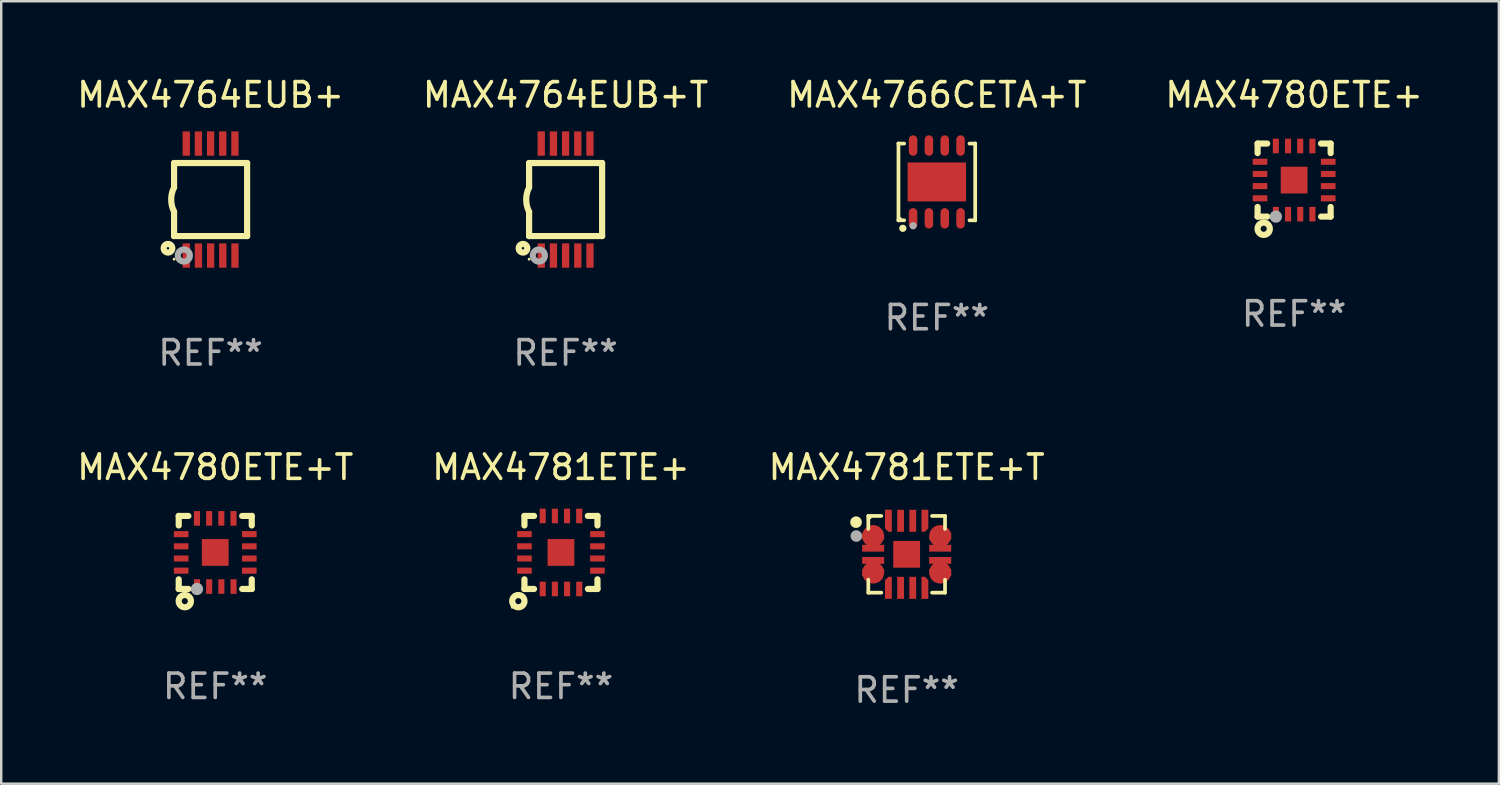
<source format=kicad_pcb>
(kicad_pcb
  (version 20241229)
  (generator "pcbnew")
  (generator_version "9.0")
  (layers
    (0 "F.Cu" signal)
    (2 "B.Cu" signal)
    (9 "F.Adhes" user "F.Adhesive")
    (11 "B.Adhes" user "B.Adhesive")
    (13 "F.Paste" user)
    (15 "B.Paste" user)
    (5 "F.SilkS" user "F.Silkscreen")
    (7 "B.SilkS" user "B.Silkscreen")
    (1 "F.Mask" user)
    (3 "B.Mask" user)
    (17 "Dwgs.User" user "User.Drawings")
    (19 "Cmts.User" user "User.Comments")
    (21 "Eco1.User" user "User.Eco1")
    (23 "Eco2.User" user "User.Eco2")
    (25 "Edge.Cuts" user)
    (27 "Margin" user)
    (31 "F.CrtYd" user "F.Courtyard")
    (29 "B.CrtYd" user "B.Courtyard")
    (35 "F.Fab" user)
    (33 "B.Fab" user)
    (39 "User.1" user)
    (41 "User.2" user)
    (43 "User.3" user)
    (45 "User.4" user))
  (footprint "MAX4766CETA+T"
    (layer "F.Cu")
    (at 35.435 4.424)
    (property "Reference" "MAX4766CETA+T" (at 0 -3.576 0) (layer "F.SilkS") (effects (font (size 1 1) (thickness 0.15))))
    (attr through_hole)
    (fp_line (start -1.576 -1.576) (end -1.576 -1.576) (stroke (width 0.152) (type solid)) (layer "F.SilkS"))
    (fp_line (start -1.576 -1.576) (end -1.341 -1.576) (stroke (width 0.152) (type solid)) (layer "F.SilkS"))
    (fp_line (start -1.576 1.576) (end -1.576 -1.576) (stroke (width 0.152) (type solid)) (layer "F.SilkS"))
    (fp_line (start -1.576 1.576) (end -1.576 1.576) (stroke (width 0.152) (type solid)) (layer "F.SilkS"))
    (fp_line (start -1.341 1.576) (end -1.576 1.576) (stroke (width 0.152) (type solid)) (layer "F.SilkS"))
    (fp_line (start 1.341 1.576) (end 1.576 1.576) (stroke (width 0.152) (type solid)) (layer "F.SilkS"))
    (fp_line (start 1.576 -1.576) (end 1.341 -1.576) (stroke (width 0.152) (type solid)) (layer "F.SilkS"))
    (fp_line (start 1.576 -1.576) (end 1.576 -1.576) (stroke (width 0.152) (type solid)) (layer "F.SilkS"))
    (fp_line (start 1.576 1.576) (end 1.576 -1.576) (stroke (width 0.152) (type solid)) (layer "F.SilkS"))
    (fp_line (start 1.576 1.576) (end 1.576 1.576) (stroke (width 0.152) (type solid)) (layer "F.SilkS"))
    (fp_circle (center -1.5 1.5) (end -1.47 1.5) (stroke (width 0.06) (type solid)) (fill no) (layer "F.SilkS"))
    (fp_circle (center -1.397 1.905) (end -1.322 1.905) (stroke (width 0.15) (type solid)) (fill no) (layer "F.SilkS"))
    (fp_circle (center -0.975 1.8) (end -0.9 1.8) (stroke (width 0.15) (type solid)) (fill no) (layer "F.Fab"))
    (fp_text user "REF**" (at 0 5.576 0) (layer "F.Fab") (effects (font (size 1 1) (thickness 0.15))))
    (pad "1" smd oval (at -0.975 1.495) (size 0.35 0.84) (layers "F.Cu" "F.Mask" "F.Paste"))
    (pad "2" smd oval (at -0.325 1.495) (size 0.35 0.84) (layers "F.Cu" "F.Mask" "F.Paste"))
    (pad "3" smd oval (at 0.325 1.495) (size 0.35 0.84) (layers "F.Cu" "F.Mask" "F.Paste"))
    (pad "4" smd oval (at 0.975 1.495) (size 0.35 0.84) (layers "F.Cu" "F.Mask" "F.Paste"))
    (pad "5" smd oval (at 0.975 -1.495) (size 0.35 0.84) (layers "F.Cu" "F.Mask" "F.Paste"))
    (pad "6" smd oval (at 0.325 -1.495) (size 0.35 0.84) (layers "F.Cu" "F.Mask" "F.Paste"))
    (pad "7" smd oval (at -0.325 -1.495) (size 0.35 0.84) (layers "F.Cu" "F.Mask" "F.Paste"))
    (pad "8" smd oval (at -0.975 -1.495) (size 0.35 0.84) (layers "F.Cu" "F.Mask" "F.Paste"))
    (pad "9" smd rect (at 0 0) (size 2.4 1.6) (layers "F.Cu" "F.Mask" "F.Paste")))
  (footprint "MAX4781ETE+T"
    (layer "F.Cu")
    (at 34.196 19.721)
    (property "Reference" "MAX4781ETE+T" (at 0 -3.576 0) (layer "F.SilkS") (effects (font (size 1 1) (thickness 0.15))))
    (attr through_hole)
    (fp_line (start -1.576 -1.576) (end -1.042 -1.576) (stroke (width 0.152) (type solid)) (layer "F.SilkS"))
    (fp_line (start -1.576 -1.042) (end -1.576 -1.576) (stroke (width 0.152) (type solid)) (layer "F.SilkS"))
    (fp_line (start -1.576 1.042) (end -1.576 1.576) (stroke (width 0.152) (type solid)) (layer "F.SilkS"))
    (fp_line (start -1.576 1.576) (end -1.042 1.576) (stroke (width 0.152) (type solid)) (layer "F.SilkS"))
    (fp_line (start 1.576 -1.576) (end 1.042 -1.576) (stroke (width 0.152) (type solid)) (layer "F.SilkS"))
    (fp_line (start 1.576 -1.042) (end 1.576 -1.576) (stroke (width 0.152) (type solid)) (layer "F.SilkS"))
    (fp_line (start 1.576 1.042) (end 1.576 1.576) (stroke (width 0.152) (type solid)) (layer "F.SilkS"))
    (fp_line (start 1.576 1.576) (end 1.042 1.576) (stroke (width 0.152) (type solid)) (layer "F.SilkS"))
    (fp_circle (center -2.08 -1.32) (end -1.96 -1.32) (stroke (width 0.24) (type solid)) (fill no) (layer "F.SilkS"))
    (fp_circle (center -1.5 -1.5) (end -1.47 -1.5) (stroke (width 0.06) (type solid)) (fill no) (layer "F.SilkS"))
    (fp_circle (center -2.068 -0.75) (end -1.948 -0.75) (stroke (width 0.24) (type solid)) (fill no) (layer "F.Fab"))
    (fp_text user "REF**" (at 0 5.576 0) (layer "F.Fab") (effects (font (size 1 1) (thickness 0.15))))
    (pad "1" smd custom (at -1.377 -0.75) (size 0.905 0.28) (layers "F.Cu" "F.Mask" "F.Paste") (options (anchor circle)) (primitives (gr_poly (pts (xy -0.453 -0.14) (xy 0.313 -0.14) (xy 0.453 0) (xy 0.453 0.14) (xy -0.453 0.14)) (width 0) (fill yes))))
    (pad "2" smd rect (at -1.377 -0.25) (size 0.905 0.28) (layers "F.Cu" "F.Mask" "F.Paste"))
    (pad "3" smd rect (at -1.377 0.25) (size 0.905 0.28) (layers "F.Cu" "F.Mask" "F.Paste"))
    (pad "4" smd custom (at -1.377 0.75) (size 0.906 0.28) (layers "F.Cu" "F.Mask" "F.Paste") (options (anchor circle)) (primitives (gr_poly (pts (xy -0.453 0.14) (xy 0.313 0.14) (xy 0.453 0) (xy 0.453 -0.14) (xy -0.453 -0.14)) (width 0) (fill yes))))
    (pad "5" smd custom (at -0.75 1.377) (size 0.28 0.905) (layers "F.Cu" "F.Mask" "F.Paste") (options (anchor circle)) (primitives (gr_poly (pts (xy -0.14 -0.313) (xy 0 -0.453) (xy 0.14 -0.453) (xy 0.14 0.453) (xy -0.14 0.453)) (width 0) (fill yes))))
    (pad "6" smd rect (at -0.25 1.377) (size 0.28 0.905) (layers "F.Cu" "F.Mask" "F.Paste"))
    (pad "7" smd rect (at 0.25 1.377) (size 0.28 0.905) (layers "F.Cu" "F.Mask" "F.Paste"))
    (pad "8" smd custom (at 0.75 1.377) (size 0.28 0.906) (layers "F.Cu" "F.Mask" "F.Paste") (options (anchor circle)) (primitives (gr_poly (pts (xy 0.14 -0.313) (xy 0 -0.453) (xy -0.14 -0.453) (xy -0.14 0.453) (xy 0.14 0.453)) (width 0) (fill yes))))
    (pad "9" smd custom (at 1.377 0.75) (size 0.906 0.28) (layers "F.Cu" "F.Mask" "F.Paste") (options (anchor circle)) (primitives (gr_poly (pts (xy 0.453 0.14) (xy -0.313 0.14) (xy -0.453 0) (xy -0.453 -0.14) (xy 0.453 -0.14)) (width 0) (fill yes))))
    (pad "10" smd rect (at 1.377 0.25) (size 0.905 0.28) (layers "F.Cu" "F.Mask" "F.Paste"))
    (pad "11" smd rect (at 1.377 -0.25) (size 0.905 0.28) (layers "F.Cu" "F.Mask" "F.Paste"))
    (pad "12" smd custom (at 1.377 -0.75) (size 0.906 0.28) (layers "F.Cu" "F.Mask" "F.Paste") (options (anchor circle)) (primitives (gr_poly (pts (xy 0.453 -0.14) (xy -0.313 -0.14) (xy -0.453 0) (xy -0.453 0.14) (xy 0.453 0.14)) (width 0) (fill yes))))
    (pad "13" smd custom (at 0.75 -1.377) (size 0.28 0.906) (layers "F.Cu" "F.Mask" "F.Paste") (options (anchor circle)) (primitives (gr_poly (pts (xy 0.14 0.313) (xy 0 0.453) (xy -0.14 0.453) (xy -0.14 -0.453) (xy 0.14 -0.453)) (width 0) (fill yes))))
    (pad "14" smd rect (at 0.25 -1.377) (size 0.28 0.905) (layers "F.Cu" "F.Mask" "F.Paste"))
    (pad "15" smd rect (at -0.25 -1.377) (size 0.28 0.905) (layers "F.Cu" "F.Mask" "F.Paste"))
    (pad "16" smd custom (at -0.75 -1.377) (size 0.28 0.906) (layers "F.Cu" "F.Mask" "F.Paste") (options (anchor circle)) (primitives (gr_poly (pts (xy -0.14 0.313) (xy 0 0.453) (xy 0.14 0.453) (xy 0.14 -0.453) (xy -0.14 -0.453)) (width 0) (fill yes))))
    (pad "17" smd rect (at 0 0) (size 1.1 1.1) (layers "F.Cu" "F.Mask" "F.Paste")))
  (footprint "MAX4780ETE+"
    (layer "F.Cu")
    (at 50.113 4.348)
    (property "Reference" "MAX4780ETE+" (at 0 -3.5 0) (layer "F.SilkS") (effects (font (size 1 1) (thickness 0.15))))
    (attr through_hole)
    (fp_line (start -1.5 -1.5) (end -1.5 -1.108) (stroke (width 0.254) (type solid)) (layer "F.SilkS"))
    (fp_line (start -1.5 -1.5) (end -1.105 -1.5) (stroke (width 0.254) (type solid)) (layer "F.SilkS"))
    (fp_line (start -1.5 1.104) (end -1.5 1.5) (stroke (width 0.254) (type solid)) (layer "F.SilkS"))
    (fp_line (start -1.5 1.5) (end -1.105 1.5) (stroke (width 0.254) (type solid)) (layer "F.SilkS"))
    (fp_line (start 1.106 -1.5) (end 1.5 -1.5) (stroke (width 0.254) (type solid)) (layer "F.SilkS"))
    (fp_line (start 1.108 1.5) (end 1.5 1.5) (stroke (width 0.254) (type solid)) (layer "F.SilkS"))
    (fp_line (start 1.5 -1.108) (end 1.5 -1.5) (stroke (width 0.254) (type solid)) (layer "F.SilkS"))
    (fp_line (start 1.5 1.5) (end 1.5 1.104) (stroke (width 0.254) (type solid)) (layer "F.SilkS"))
    (fp_circle (center -1.5 1.5) (end -1.47 1.5) (stroke (width 0.06) (type solid)) (fill no) (layer "F.SilkS"))
    (fp_circle (center -1.25 2) (end -1.125 2) (stroke (width 0.254) (type solid)) (fill no) (layer "F.SilkS"))
    (fp_circle (center -0.75 1.5) (end -0.623 1.5) (stroke (width 0.254) (type solid)) (fill no) (layer "F.Fab"))
    (fp_text user "REF**" (at 0 5.5 0) (layer "F.Fab") (effects (font (size 1 1) (thickness 0.15))))
    (pad "1" smd rect (at -0.749 1.4 180) (size 0.25 0.6) (layers "F.Cu" "F.Mask" "F.Paste"))
    (pad "2" smd rect (at -0.249 1.4 180) (size 0.25 0.6) (layers "F.Cu" "F.Mask" "F.Paste"))
    (pad "3" smd rect (at 0.251 1.4 180) (size 0.25 0.6) (layers "F.Cu" "F.Mask" "F.Paste"))
    (pad "4" smd rect (at 0.751 1.4 180) (size 0.25 0.6) (layers "F.Cu" "F.Mask" "F.Paste"))
    (pad "5" smd rect (at 1.4 0.748 270) (size 0.25 0.6) (layers "F.Cu" "F.Mask" "F.Paste"))
    (pad "6" smd rect (at 1.4 0.248 270) (size 0.25 0.6) (layers "F.Cu" "F.Mask" "F.Paste"))
    (pad "7" smd rect (at 1.4 -0.252 270) (size 0.25 0.6) (layers "F.Cu" "F.Mask" "F.Paste"))
    (pad "8" smd rect (at 1.4 -0.752 270) (size 0.25 0.6) (layers "F.Cu" "F.Mask" "F.Paste"))
    (pad "9" smd rect (at 0.75 -1.4) (size 0.25 0.6) (layers "F.Cu" "F.Mask" "F.Paste"))
    (pad "10" smd rect (at 0.25 -1.4) (size 0.25 0.6) (layers "F.Cu" "F.Mask" "F.Paste"))
    (pad "11" smd rect (at -0.25 -1.4) (size 0.25 0.6) (layers "F.Cu" "F.Mask" "F.Paste"))
    (pad "12" smd rect (at -0.751 -1.4) (size 0.25 0.6) (layers "F.Cu" "F.Mask" "F.Paste"))
    (pad "13" smd rect (at -1.4 -0.752 90) (size 0.25 0.6) (layers "F.Cu" "F.Mask" "F.Paste"))
    (pad "14" smd rect (at -1.4 -0.252 90) (size 0.25 0.6) (layers "F.Cu" "F.Mask" "F.Paste"))
    (pad "15" smd rect (at -1.4 0.248 90) (size 0.25 0.6) (layers "F.Cu" "F.Mask" "F.Paste"))
    (pad "16" smd rect (at -1.4 0.748 90) (size 0.25 0.6) (layers "F.Cu" "F.Mask" "F.Paste"))
    (pad "17" smd rect (at -0.000241 0.000013 90) (size 1.1 1.1) (layers "F.Cu" "F.Mask" "F.Paste")))
  (footprint "MAX4780ETE+T"
    (layer "F.Cu")
    (at 5.792 19.645)
    (property "Reference" "MAX4780ETE+T" (at 0 -3.5 0) (layer "F.SilkS") (effects (font (size 1 1) (thickness 0.15))))
    (attr through_hole)
    (fp_line (start -1.5 -1.5) (end -1.5 -1.108) (stroke (width 0.254) (type solid)) (layer "F.SilkS"))
    (fp_line (start -1.5 -1.5) (end -1.105 -1.5) (stroke (width 0.254) (type solid)) (layer "F.SilkS"))
    (fp_line (start -1.5 1.104) (end -1.5 1.5) (stroke (width 0.254) (type solid)) (layer "F.SilkS"))
    (fp_line (start -1.5 1.5) (end -1.105 1.5) (stroke (width 0.254) (type solid)) (layer "F.SilkS"))
    (fp_line (start 1.106 -1.5) (end 1.5 -1.5) (stroke (width 0.254) (type solid)) (layer "F.SilkS"))
    (fp_line (start 1.108 1.5) (end 1.5 1.5) (stroke (width 0.254) (type solid)) (layer "F.SilkS"))
    (fp_line (start 1.5 -1.108) (end 1.5 -1.5) (stroke (width 0.254) (type solid)) (layer "F.SilkS"))
    (fp_line (start 1.5 1.5) (end 1.5 1.104) (stroke (width 0.254) (type solid)) (layer "F.SilkS"))
    (fp_circle (center -1.5 1.5) (end -1.47 1.5) (stroke (width 0.06) (type solid)) (fill no) (layer "F.SilkS"))
    (fp_circle (center -1.25 2) (end -1.125 2) (stroke (width 0.254) (type solid)) (fill no) (layer "F.SilkS"))
    (fp_circle (center -0.75 1.5) (end -0.623 1.5) (stroke (width 0.254) (type solid)) (fill no) (layer "F.Fab"))
    (fp_text user "REF**" (at 0 5.5 0) (layer "F.Fab") (effects (font (size 1 1) (thickness 0.15))))
    (pad "1" smd rect (at -0.749 1.4 180) (size 0.25 0.6) (layers "F.Cu" "F.Mask" "F.Paste"))
    (pad "2" smd rect (at -0.249 1.4 180) (size 0.25 0.6) (layers "F.Cu" "F.Mask" "F.Paste"))
    (pad "3" smd rect (at 0.251 1.4 180) (size 0.25 0.6) (layers "F.Cu" "F.Mask" "F.Paste"))
    (pad "4" smd rect (at 0.751 1.4 180) (size 0.25 0.6) (layers "F.Cu" "F.Mask" "F.Paste"))
    (pad "5" smd rect (at 1.4 0.748 270) (size 0.25 0.6) (layers "F.Cu" "F.Mask" "F.Paste"))
    (pad "6" smd rect (at 1.4 0.248 270) (size 0.25 0.6) (layers "F.Cu" "F.Mask" "F.Paste"))
    (pad "7" smd rect (at 1.4 -0.252 270) (size 0.25 0.6) (layers "F.Cu" "F.Mask" "F.Paste"))
    (pad "8" smd rect (at 1.4 -0.752 270) (size 0.25 0.6) (layers "F.Cu" "F.Mask" "F.Paste"))
    (pad "9" smd rect (at 0.75 -1.4) (size 0.25 0.6) (layers "F.Cu" "F.Mask" "F.Paste"))
    (pad "10" smd rect (at 0.25 -1.4) (size 0.25 0.6) (layers "F.Cu" "F.Mask" "F.Paste"))
    (pad "11" smd rect (at -0.25 -1.4) (size 0.25 0.6) (layers "F.Cu" "F.Mask" "F.Paste"))
    (pad "12" smd rect (at -0.751 -1.4) (size 0.25 0.6) (layers "F.Cu" "F.Mask" "F.Paste"))
    (pad "13" smd rect (at -1.4 -0.752 90) (size 0.25 0.6) (layers "F.Cu" "F.Mask" "F.Paste"))
    (pad "14" smd rect (at -1.4 -0.252 90) (size 0.25 0.6) (layers "F.Cu" "F.Mask" "F.Paste"))
    (pad "15" smd rect (at -1.4 0.248 90) (size 0.25 0.6) (layers "F.Cu" "F.Mask" "F.Paste"))
    (pad "16" smd rect (at -1.4 0.748 90) (size 0.25 0.6) (layers "F.Cu" "F.Mask" "F.Paste"))
    (pad "17" smd rect (at -0.000241 0.000013 90) (size 1.1 1.1) (layers "F.Cu" "F.Mask" "F.Paste")))
  (footprint "MAX4764EUB+"
    (layer "F.Cu")
    (at 5.601 5.148)
    (property "Reference" "MAX4764EUB+" (at 0 -4.3 0) (layer "F.SilkS") (effects (font (size 1 1) (thickness 0.15))))
    (attr through_hole)
    (fp_line (start -1.5 -1.5) (end -1.5 -0.5) (stroke (width 0.254) (type solid)) (layer "F.SilkS"))
    (fp_line (start -1.5 1.5) (end -1.5 0.5) (stroke (width 0.254) (type solid)) (layer "F.SilkS"))
    (fp_line (start -1.5 1.5) (end 1.5 1.5) (stroke (width 0.254) (type solid)) (layer "F.SilkS"))
    (fp_line (start 1.5 1.5) (end 1.5 -1.5) (stroke (width 0.254) (type solid)) (layer "F.SilkS"))
    (fp_line (start 1.5 -1.5) (end -1.5 -1.5) (stroke (width 0.254) (type solid)) (layer "F.SilkS"))
    (fp_arc (start -1.500165 0.5) (mid -1.618199 0) (end -1.500165 -0.5) (stroke (width 0.254001) (type solid)) (layer "F.SilkS"))
    (fp_circle (center -1.75 2) (end -1.573 2) (stroke (width 0.254) (type solid)) (fill no) (layer "F.SilkS"))
    (fp_circle (center -1.499 2.45) (end -1.469 2.45) (stroke (width 0.06) (type solid)) (fill no) (layer "F.SilkS"))
    (fp_circle (center -1.099 2.3) (end -0.975 2.3) (stroke (width 0.25) (type solid)) (fill no) (layer "F.Fab"))
    (fp_text user "REF**" (at 0 6.3 0) (layer "F.Fab") (effects (font (size 1 1) (thickness 0.15))))
    (pad "1" smd rect (at -0.999 2.3 180) (size 0.3 1) (layers "F.Cu" "F.Mask" "F.Paste"))
    (pad "2" smd rect (at -0.499 2.3 180) (size 0.3 1) (layers "F.Cu" "F.Mask" "F.Paste"))
    (pad "3" smd rect (at 0.001 2.3 180) (size 0.3 1) (layers "F.Cu" "F.Mask" "F.Paste"))
    (pad "4" smd rect (at 0.501 2.3 180) (size 0.3 1) (layers "F.Cu" "F.Mask" "F.Paste"))
    (pad "5" smd rect (at 1.001 2.3 180) (size 0.3 1) (layers "F.Cu" "F.Mask" "F.Paste"))
    (pad "6" smd rect (at 1 -2.3 180) (size 0.3 1) (layers "F.Cu" "F.Mask" "F.Paste"))
    (pad "7" smd rect (at 0.5 -2.3 180) (size 0.3 1) (layers "F.Cu" "F.Mask" "F.Paste"))
    (pad "8" smd rect (at -0.000165 -2.3 180) (size 0.3 1) (layers "F.Cu" "F.Mask" "F.Paste"))
    (pad "9" smd rect (at -0.5 -2.3 180) (size 0.3 1) (layers "F.Cu" "F.Mask" "F.Paste"))
    (pad "10" smd rect (at -1 -2.3 180) (size 0.3 1) (layers "F.Cu" "F.Mask" "F.Paste")))
  (footprint "MAX4781ETE+"
    (layer "F.Cu")
    (at 19.994 19.645)
    (property "Reference" "MAX4781ETE+" (at 0 -3.5 0) (layer "F.SilkS") (effects (font (size 1 1) (thickness 0.15))))
    (attr through_hole)
    (fp_line (start -1.5 -1.5) (end -1.5 -1.108) (stroke (width 0.254) (type solid)) (layer "F.SilkS"))
    (fp_line (start -1.5 -1.5) (end -1.105 -1.5) (stroke (width 0.254) (type solid)) (layer "F.SilkS"))
    (fp_line (start -1.5 1.104) (end -1.5 1.5) (stroke (width 0.254) (type solid)) (layer "F.SilkS"))
    (fp_line (start -1.5 1.5) (end -1.105 1.5) (stroke (width 0.254) (type solid)) (layer "F.SilkS"))
    (fp_line (start 1.106 -1.5) (end 1.5 -1.5) (stroke (width 0.254) (type solid)) (layer "F.SilkS"))
    (fp_line (start 1.108 1.5) (end 1.5 1.5) (stroke (width 0.254) (type solid)) (layer "F.SilkS"))
    (fp_line (start 1.5 -1.108) (end 1.5 -1.5) (stroke (width 0.254) (type solid)) (layer "F.SilkS"))
    (fp_line (start 1.5 1.5) (end 1.5 1.104) (stroke (width 0.254) (type solid)) (layer "F.SilkS"))
    (fp_circle (center -2.002 2.252) (end -1.972 2.252) (stroke (width 0.06) (type solid)) (fill no) (layer "F.SilkS"))
    (fp_circle (center -1.75 2) (end -1.625 2) (stroke (width 0.254) (type solid)) (fill no) (layer "F.SilkS"))
    (fp_text user "REF**" (at 0 5.5 0) (layer "F.Fab") (effects (font (size 1 1) (thickness 0.15))))
    (pad "1" smd rect (at -0.748 1.5 180) (size 0.25 0.6) (layers "F.Cu" "F.Mask" "F.Paste"))
    (pad "2" smd rect (at -0.249 1.5 180) (size 0.25 0.6) (layers "F.Cu" "F.Mask" "F.Paste"))
    (pad "3" smd rect (at 0.252 1.5 180) (size 0.25 0.6) (layers "F.Cu" "F.Mask" "F.Paste"))
    (pad "4" smd rect (at 0.751 1.5 180) (size 0.25 0.6) (layers "F.Cu" "F.Mask" "F.Paste"))
    (pad "5" smd rect (at 1.5 0.748 270) (size 0.25 0.6) (layers "F.Cu" "F.Mask" "F.Paste"))
    (pad "6" smd rect (at 1.5 0.248 270) (size 0.25 0.6) (layers "F.Cu" "F.Mask" "F.Paste"))
    (pad "7" smd rect (at 1.5 -0.252 270) (size 0.25 0.6) (layers "F.Cu" "F.Mask" "F.Paste"))
    (pad "8" smd rect (at 1.5 -0.752 270) (size 0.25 0.6) (layers "F.Cu" "F.Mask" "F.Paste"))
    (pad "9" smd rect (at 0.75 -1.5) (size 0.25 0.6) (layers "F.Cu" "F.Mask" "F.Paste"))
    (pad "10" smd rect (at 0.25 -1.5) (size 0.25 0.6) (layers "F.Cu" "F.Mask" "F.Paste"))
    (pad "11" smd rect (at -0.25 -1.5) (size 0.25 0.6) (layers "F.Cu" "F.Mask" "F.Paste"))
    (pad "12" smd rect (at -0.748 -1.5) (size 0.25 0.6) (layers "F.Cu" "F.Mask" "F.Paste"))
    (pad "13" smd rect (at -1.5 -0.752 90) (size 0.25 0.6) (layers "F.Cu" "F.Mask" "F.Paste"))
    (pad "14" smd rect (at -1.5 -0.252 90) (size 0.25 0.6) (layers "F.Cu" "F.Mask" "F.Paste"))
    (pad "15" smd rect (at -1.5 0.248 90) (size 0.25 0.6) (layers "F.Cu" "F.Mask" "F.Paste"))
    (pad "16" smd rect (at -1.5 0.748 90) (size 0.25 0.6) (layers "F.Cu" "F.Mask" "F.Paste"))
    (pad "17" smd rect (at -0.000191 -0.000051 90) (size 1.1 1.1) (layers "F.Cu" "F.Mask" "F.Paste")))
  (footprint "MAX4764EUB+T"
    (layer "F.Cu")
    (at 20.185 5.148)
    (property "Reference" "MAX4764EUB+T" (at 0 -4.3 0) (layer "F.SilkS") (effects (font (size 1 1) (thickness 0.15))))
    (attr through_hole)
    (fp_line (start -1.5 -1.5) (end -1.5 -0.5) (stroke (width 0.254) (type solid)) (layer "F.SilkS"))
    (fp_line (start -1.5 1.5) (end -1.5 0.5) (stroke (width 0.254) (type solid)) (layer "F.SilkS"))
    (fp_line (start -1.5 1.5) (end 1.5 1.5) (stroke (width 0.254) (type solid)) (layer "F.SilkS"))
    (fp_line (start 1.5 1.5) (end 1.5 -1.5) (stroke (width 0.254) (type solid)) (layer "F.SilkS"))
    (fp_line (start 1.5 -1.5) (end -1.5 -1.5) (stroke (width 0.254) (type solid)) (layer "F.SilkS"))
    (fp_arc (start -1.500165 0.5) (mid -1.618199 0) (end -1.500165 -0.5) (stroke (width 0.254001) (type solid)) (layer "F.SilkS"))
    (fp_circle (center -1.75 2) (end -1.573 2) (stroke (width 0.254) (type solid)) (fill no) (layer "F.SilkS"))
    (fp_circle (center -1.499 2.45) (end -1.469 2.45) (stroke (width 0.06) (type solid)) (fill no) (layer "F.SilkS"))
    (fp_circle (center -1.099 2.3) (end -0.975 2.3) (stroke (width 0.25) (type solid)) (fill no) (layer "F.Fab"))
    (fp_text user "REF**" (at 0 6.3 0) (layer "F.Fab") (effects (font (size 1 1) (thickness 0.15))))
    (pad "1" smd rect (at -0.999 2.3 180) (size 0.3 1) (layers "F.Cu" "F.Mask" "F.Paste"))
    (pad "2" smd rect (at -0.499 2.3 180) (size 0.3 1) (layers "F.Cu" "F.Mask" "F.Paste"))
    (pad "3" smd rect (at 0.001 2.3 180) (size 0.3 1) (layers "F.Cu" "F.Mask" "F.Paste"))
    (pad "4" smd rect (at 0.501 2.3 180) (size 0.3 1) (layers "F.Cu" "F.Mask" "F.Paste"))
    (pad "5" smd rect (at 1.001 2.3 180) (size 0.3 1) (layers "F.Cu" "F.Mask" "F.Paste"))
    (pad "6" smd rect (at 1 -2.3 180) (size 0.3 1) (layers "F.Cu" "F.Mask" "F.Paste"))
    (pad "7" smd rect (at 0.5 -2.3 180) (size 0.3 1) (layers "F.Cu" "F.Mask" "F.Paste"))
    (pad "8" smd rect (at -0.000165 -2.3 180) (size 0.3 1) (layers "F.Cu" "F.Mask" "F.Paste"))
    (pad "9" smd rect (at -0.5 -2.3 180) (size 0.3 1) (layers "F.Cu" "F.Mask" "F.Paste"))
    (pad "10" smd rect (at -1 -2.3 180) (size 0.3 1) (layers "F.Cu" "F.Mask" "F.Paste")))
  (gr_rect
    (start -3 -3)
    (end 58.524 29.145)
    (stroke (width 0.1) (type default))
    (fill no)
    (layer "Edge.Cuts")))
</source>
